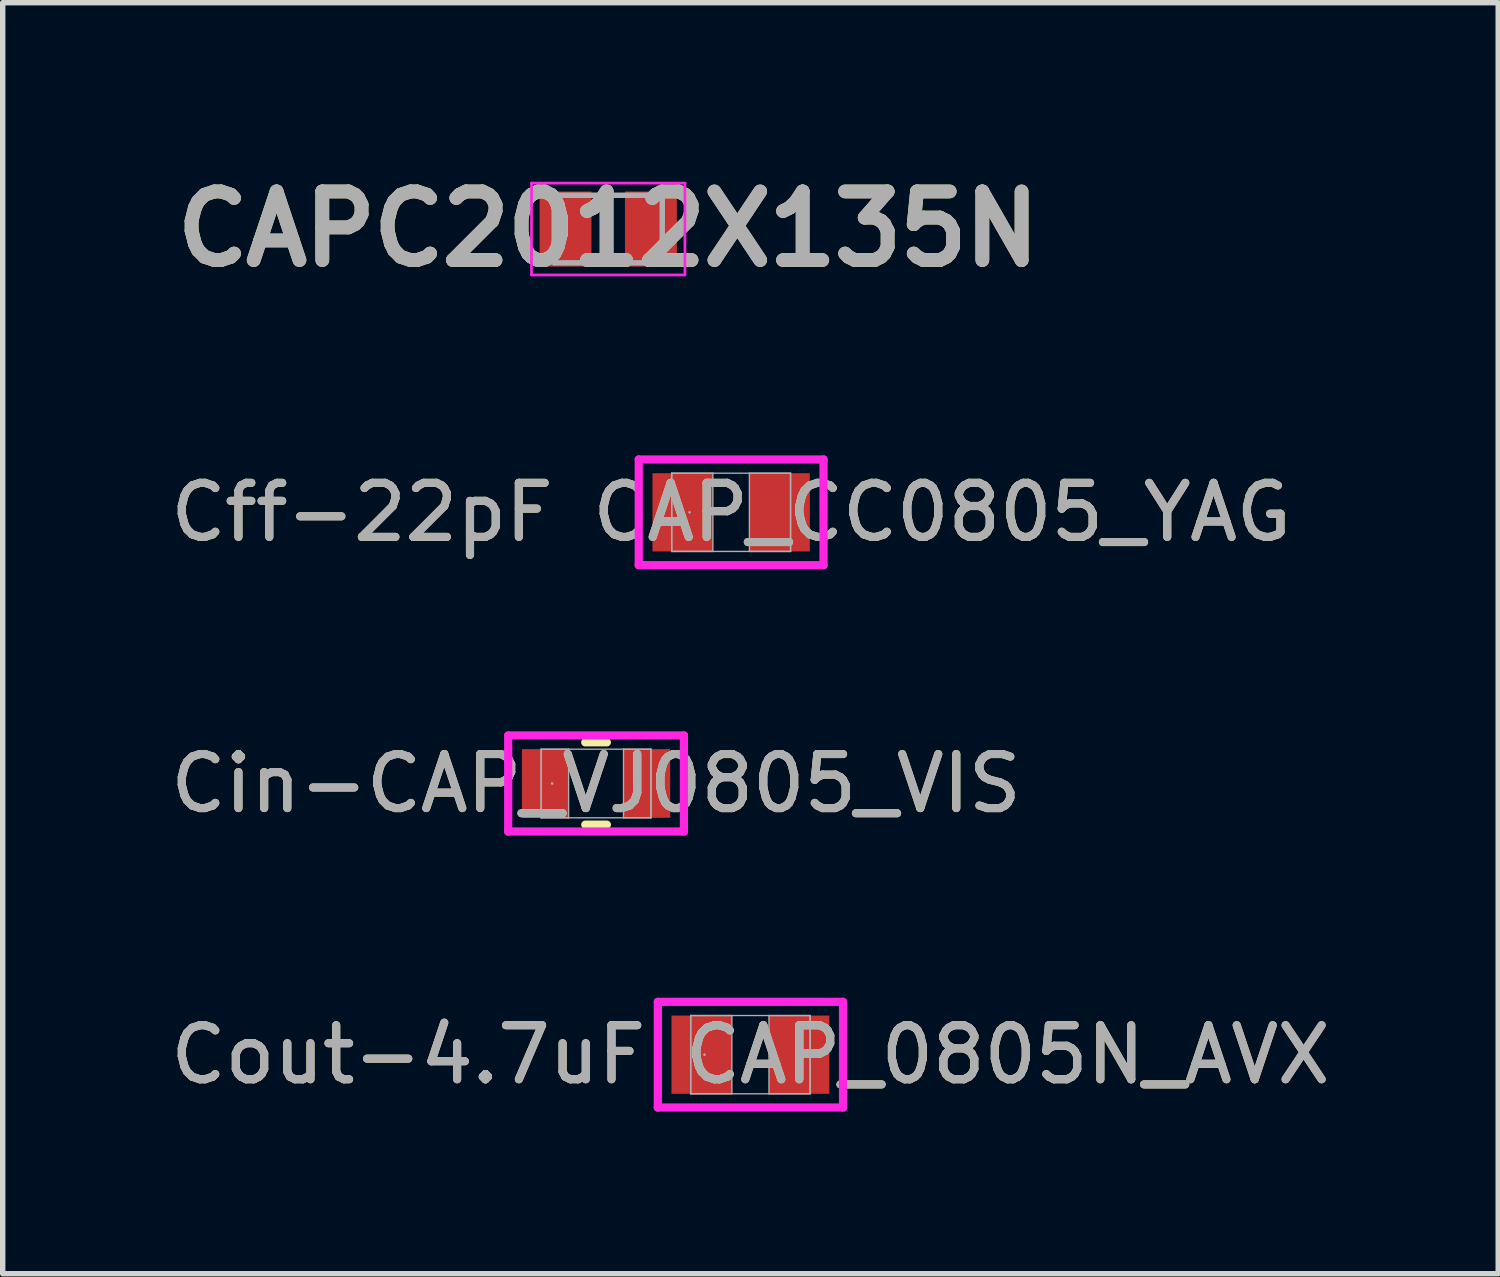
<source format=kicad_pcb>
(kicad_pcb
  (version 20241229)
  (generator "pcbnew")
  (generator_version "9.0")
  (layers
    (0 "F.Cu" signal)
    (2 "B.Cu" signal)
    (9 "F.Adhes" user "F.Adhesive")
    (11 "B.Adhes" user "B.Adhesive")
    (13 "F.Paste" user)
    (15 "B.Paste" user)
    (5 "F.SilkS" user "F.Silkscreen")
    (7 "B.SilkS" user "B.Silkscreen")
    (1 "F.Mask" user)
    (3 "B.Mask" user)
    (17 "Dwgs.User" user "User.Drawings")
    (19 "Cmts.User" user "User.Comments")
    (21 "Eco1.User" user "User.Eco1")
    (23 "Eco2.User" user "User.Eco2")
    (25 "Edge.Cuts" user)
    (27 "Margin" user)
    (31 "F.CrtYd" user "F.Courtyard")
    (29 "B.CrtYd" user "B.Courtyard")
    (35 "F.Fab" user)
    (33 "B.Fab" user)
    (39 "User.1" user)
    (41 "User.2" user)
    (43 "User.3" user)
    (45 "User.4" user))
  (footprint "CAPC2012X135N"
    (layer "F.Cu")
    (at 8.207 1.189)
    (property "Reference" "CAPC2012X135N" (at 0 0 0) (layer "F.SilkS") (effects (font (size 1.27 1.27) (thickness 0.254))))
    (attr smd)
    (fp_line (start -1.42 -0.85) (end 1.42 -0.85) (stroke (width 0.05) (type solid)) (layer "F.CrtYd"))
    (fp_line (start -1.42 0.85) (end -1.42 -0.85) (stroke (width 0.05) (type solid)) (layer "F.CrtYd"))
    (fp_line (start 1.42 -0.85) (end 1.42 0.85) (stroke (width 0.05) (type solid)) (layer "F.CrtYd"))
    (fp_line (start 1.42 0.85) (end -1.42 0.85) (stroke (width 0.05) (type solid)) (layer "F.CrtYd"))
    (fp_line (start -1 -0.625) (end 1 -0.625) (stroke (width 0.1) (type solid)) (layer "F.Fab"))
    (fp_line (start -1 0.625) (end -1 -0.625) (stroke (width 0.1) (type solid)) (layer "F.Fab"))
    (fp_line (start 1 -0.625) (end 1 0.625) (stroke (width 0.1) (type solid)) (layer "F.Fab"))
    (fp_line (start 1 0.625) (end -1 0.625) (stroke (width 0.1) (type solid)) (layer "F.Fab"))
    (fp_text user "${REFERENCE}" (at 0 0 0) (layer "F.Fab") (effects (font (size 1.27 1.27) (thickness 0.254))))
    (pad "1" smd rect (at -0.79 0) (size 0.96 1.39) (layers "F.Cu" "F.Mask" "F.Paste"))
    (pad "2" smd rect (at 0.79 0) (size 0.96 1.39) (layers "F.Cu" "F.Mask" "F.Paste")))
  (footprint "Cff-22pF CAP_CC0805_YAG"
    (layer "F.Cu")
    (at 10.482 6.432)
    (property "Reference" "Cff-22pF CAP_CC0805_YAG" (at 0 0 0) (unlocked yes) (layer "F.SilkS") (effects (font (size 1 1) (thickness 0.15))))
    (attr smd)
    (fp_line (start -1.71 -0.978) (end 1.71 -0.978) (stroke (width 0.152) (type solid)) (layer "F.CrtYd"))
    (fp_line (start -1.71 0.978) (end -1.71 -0.978) (stroke (width 0.152) (type solid)) (layer "F.CrtYd"))
    (fp_line (start 1.71 -0.978) (end 1.71 0.978) (stroke (width 0.152) (type solid)) (layer "F.CrtYd"))
    (fp_line (start 1.71 0.978) (end -1.71 0.978) (stroke (width 0.152) (type solid)) (layer "F.CrtYd"))
    (fp_line (start -1.1 -0.724) (end -1.1 0.724) (stroke (width 0.025) (type solid)) (layer "F.Fab"))
    (fp_line (start -1.1 -0.724) (end -1.1 0.724) (stroke (width 0.025) (type solid)) (layer "F.Fab"))
    (fp_line (start -1.1 0.724) (end -0.338 0.724) (stroke (width 0.025) (type solid)) (layer "F.Fab"))
    (fp_line (start -1.1 0.724) (end 1.1 0.724) (stroke (width 0.025) (type solid)) (layer "F.Fab"))
    (fp_line (start -0.338 -0.724) (end -1.1 -0.724) (stroke (width 0.025) (type solid)) (layer "F.Fab"))
    (fp_line (start -0.338 0.724) (end -0.338 -0.724) (stroke (width 0.025) (type solid)) (layer "F.Fab"))
    (fp_line (start 0.338 -0.724) (end 0.338 0.724) (stroke (width 0.025) (type solid)) (layer "F.Fab"))
    (fp_line (start 0.338 0.724) (end 1.1 0.724) (stroke (width 0.025) (type solid)) (layer "F.Fab"))
    (fp_line (start 1.1 -0.724) (end -1.1 -0.724) (stroke (width 0.025) (type solid)) (layer "F.Fab"))
    (fp_line (start 1.1 -0.724) (end 0.338 -0.724) (stroke (width 0.025) (type solid)) (layer "F.Fab"))
    (fp_line (start 1.1 0.724) (end 1.1 -0.724) (stroke (width 0.025) (type solid)) (layer "F.Fab"))
    (fp_line (start 1.1 0.724) (end 1.1 -0.724) (stroke (width 0.025) (type solid)) (layer "F.Fab"))
    (fp_circle (center -0.77 0) (end -0.77 0) (stroke (width 0.025) (type solid)) (fill no) (layer "F.Fab"))
    (fp_text user "${REFERENCE}" (at 0 0 0) (unlocked yes) (layer "F.Fab") (effects (font (size 1 1) (thickness 0.15))))
    (pad "1" smd rect (at -0.897 0) (size 1.118 1.448) (layers "F.Cu" "F.Mask" "F.Paste"))
    (pad "2" smd rect (at 0.897 0) (size 1.118 1.448) (layers "F.Cu" "F.Mask" "F.Paste"))
    (zone (net_name "") (layer "F.Cu") (hatch full 0.508) (connect_pads) (min_thickness 0.254) (filled_areas_thickness no) (keepout (tracks not_allowed) (vias not_allowed) (pads allowed) (copperpour not_allowed) (footprints allowed)) (placement (enabled no)) (fill) (polygon (pts (xy 10.195 5.758) (xy 10.769 5.758) (xy 10.769 7.105) (xy 10.195 7.105)))))
  (footprint "Cin-CAP_VJ0805_VIS"
    (layer "F.Cu")
    (at 7.982 11.451)
    (property "Reference" "Cin-CAP_VJ0805_VIS" (at 0 0 0) (unlocked yes) (layer "F.SilkS") (effects (font (size 1 1) (thickness 0.15))))
    (attr smd)
    (fp_line (start -0.2 0.762) (end 0.2 0.762) (stroke (width 0.152) (type solid)) (layer "F.SilkS"))
    (fp_line (start 0.2 -0.762) (end -0.2 -0.762) (stroke (width 0.152) (type solid)) (layer "F.SilkS"))
    (fp_line (start -1.626 -0.889) (end 1.626 -0.889) (stroke (width 0.152) (type solid)) (layer "F.CrtYd"))
    (fp_line (start -1.626 0.889) (end -1.626 -0.889) (stroke (width 0.152) (type solid)) (layer "F.CrtYd"))
    (fp_line (start 1.626 -0.889) (end 1.626 0.889) (stroke (width 0.152) (type solid)) (layer "F.CrtYd"))
    (fp_line (start 1.626 0.889) (end -1.626 0.889) (stroke (width 0.152) (type solid)) (layer "F.CrtYd"))
    (fp_line (start -1.016 -0.635) (end -1.016 0.635) (stroke (width 0.025) (type solid)) (layer "F.Fab"))
    (fp_line (start -1.016 -0.635) (end -1.016 0.635) (stroke (width 0.025) (type solid)) (layer "F.Fab"))
    (fp_line (start -1.016 0.635) (end -0.508 0.635) (stroke (width 0.025) (type solid)) (layer "F.Fab"))
    (fp_line (start -1.016 0.635) (end 1.016 0.635) (stroke (width 0.025) (type solid)) (layer "F.Fab"))
    (fp_line (start -0.508 -0.635) (end -1.016 -0.635) (stroke (width 0.025) (type solid)) (layer "F.Fab"))
    (fp_line (start -0.508 0.635) (end -0.508 -0.635) (stroke (width 0.025) (type solid)) (layer "F.Fab"))
    (fp_line (start 0.508 -0.635) (end 0.508 0.635) (stroke (width 0.025) (type solid)) (layer "F.Fab"))
    (fp_line (start 0.508 0.635) (end 1.016 0.635) (stroke (width 0.025) (type solid)) (layer "F.Fab"))
    (fp_line (start 1.016 -0.635) (end -1.016 -0.635) (stroke (width 0.025) (type solid)) (layer "F.Fab"))
    (fp_line (start 1.016 -0.635) (end 0.508 -0.635) (stroke (width 0.025) (type solid)) (layer "F.Fab"))
    (fp_line (start 1.016 0.635) (end 1.016 -0.635) (stroke (width 0.025) (type solid)) (layer "F.Fab"))
    (fp_line (start 1.016 0.635) (end 1.016 -0.635) (stroke (width 0.025) (type solid)) (layer "F.Fab"))
    (fp_circle (center -0.813 0) (end -0.813 0) (stroke (width 0.025) (type solid)) (fill no) (layer "F.Fab"))
    (fp_text user "${REFERENCE}" (at 0 0 0) (unlocked yes) (layer "F.Fab") (effects (font (size 1 1) (thickness 0.15))))
    (pad "1" smd rect (at -0.94 0) (size 0.864 1.27) (layers "F.Cu" "F.Mask" "F.Paste"))
    (pad "2" smd rect (at 0.94 0) (size 0.864 1.27) (layers "F.Cu" "F.Mask" "F.Paste"))
    (zone (net_name "") (layer "F.Cu") (hatch full 0.508) (connect_pads) (min_thickness 0.254) (filled_areas_thickness no) (keepout (tracks not_allowed) (vias not_allowed) (pads allowed) (copperpour not_allowed) (footprints allowed)) (placement (enabled no)) (fill) (polygon (pts (xy 7.525 10.867) (xy 8.439 10.867) (xy 8.439 12.035) (xy 7.525 12.035)))))
  (footprint "Cout-4.7uF CAP_0805N_AVX"
    (layer "F.Cu")
    (at 10.839 16.47)
    (property "Reference" "Cout-4.7uF CAP_0805N_AVX" (at 0 0 0) (unlocked yes) (layer "F.SilkS") (effects (font (size 1 1) (thickness 0.15))))
    (attr smd)
    (fp_line (start -1.714 -0.978) (end 1.714 -0.978) (stroke (width 0.152) (type solid)) (layer "F.CrtYd"))
    (fp_line (start -1.714 0.978) (end -1.714 -0.978) (stroke (width 0.152) (type solid)) (layer "F.CrtYd"))
    (fp_line (start 1.714 -0.978) (end 1.714 0.978) (stroke (width 0.152) (type solid)) (layer "F.CrtYd"))
    (fp_line (start 1.714 0.978) (end -1.714 0.978) (stroke (width 0.152) (type solid)) (layer "F.CrtYd"))
    (fp_line (start -1.105 -0.724) (end -1.105 0.724) (stroke (width 0.025) (type solid)) (layer "F.Fab"))
    (fp_line (start -1.105 -0.724) (end -1.105 0.724) (stroke (width 0.025) (type solid)) (layer "F.Fab"))
    (fp_line (start -1.105 0.724) (end -0.343 0.724) (stroke (width 0.025) (type solid)) (layer "F.Fab"))
    (fp_line (start -1.105 0.724) (end 1.105 0.724) (stroke (width 0.025) (type solid)) (layer "F.Fab"))
    (fp_line (start -0.343 -0.724) (end -1.105 -0.724) (stroke (width 0.025) (type solid)) (layer "F.Fab"))
    (fp_line (start -0.343 0.724) (end -0.343 -0.724) (stroke (width 0.025) (type solid)) (layer "F.Fab"))
    (fp_line (start 0.343 -0.724) (end 0.343 0.724) (stroke (width 0.025) (type solid)) (layer "F.Fab"))
    (fp_line (start 0.343 0.724) (end 1.105 0.724) (stroke (width 0.025) (type solid)) (layer "F.Fab"))
    (fp_line (start 1.105 -0.724) (end -1.105 -0.724) (stroke (width 0.025) (type solid)) (layer "F.Fab"))
    (fp_line (start 1.105 -0.724) (end 0.343 -0.724) (stroke (width 0.025) (type solid)) (layer "F.Fab"))
    (fp_line (start 1.105 0.724) (end 1.105 -0.724) (stroke (width 0.025) (type solid)) (layer "F.Fab"))
    (fp_line (start 1.105 0.724) (end 1.105 -0.724) (stroke (width 0.025) (type solid)) (layer "F.Fab"))
    (fp_circle (center -0.851 0) (end -0.851 0) (stroke (width 0.025) (type solid)) (fill no) (layer "F.Fab"))
    (fp_text user "${REFERENCE}" (at 0 0 0) (unlocked yes) (layer "F.Fab") (effects (font (size 1 1) (thickness 0.15))))
    (pad "1" smd rect (at -0.902 0) (size 1.118 1.448) (layers "F.Cu" "F.Mask" "F.Paste"))
    (pad "2" smd rect (at 0.902 0) (size 1.118 1.448) (layers "F.Cu" "F.Mask" "F.Paste"))
    (zone (net_name "") (layer "F.Cu") (hatch full 0.508) (connect_pads) (min_thickness 0.254) (filled_areas_thickness no) (keepout (tracks not_allowed) (vias not_allowed) (pads allowed) (copperpour not_allowed) (footprints allowed)) (placement (enabled no)) (fill) (polygon (pts (xy 10.547 15.797) (xy 11.131 15.797) (xy 11.131 17.143) (xy 10.547 17.143)))))
  (gr_rect
    (start -3 -3)
    (end 24.679 20.524)
    (stroke (width 0.1) (type default))
    (fill no)
    (layer "Edge.Cuts")))
</source>
